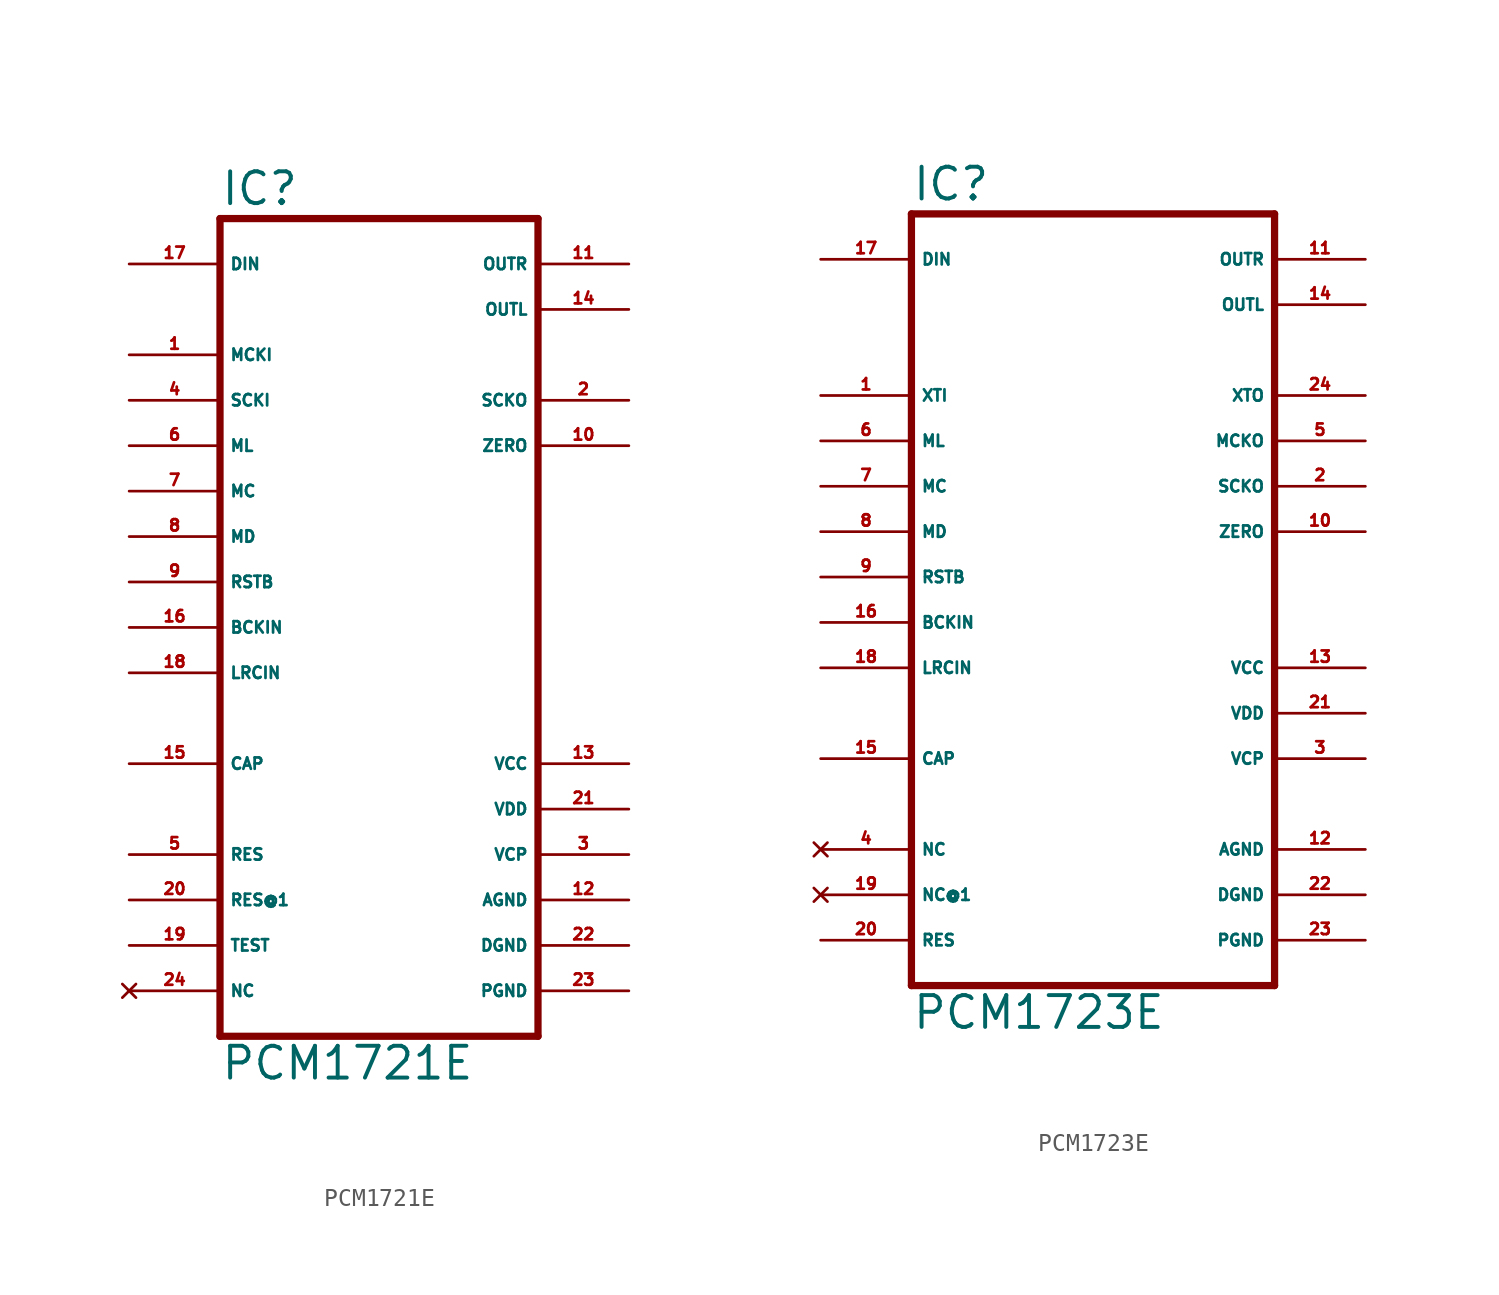
<source format=kicad_sym>
(kicad_symbol_lib
  (version 20220914)
  (generator Eagle2Kicad)
  (symbol "PCM1721E"
    (property "Reference" "IC"
      (at -10.16 23.495 0)
      (effects (font (size 1.778 1.778) (thickness 0.22)) (justify left bottom)))
    (property "Value" "PCM1721E"
      (at -10.16 -25.4 0)
      (effects (font (size 1.778 1.778) (thickness 0.22)) (justify left bottom)))
    (polyline
      (pts (xy -10.16 -22.86) (xy 7.62 -22.86))
      (stroke (width 0.406) (type default))
      (fill (type none)))
    (polyline
      (pts (xy 7.62 -22.86) (xy 7.62 22.86))
      (stroke (width 0.406) (type default))
      (fill (type none)))
    (polyline
      (pts (xy 7.62 22.86) (xy -10.16 22.86))
      (stroke (width 0.406) (type default))
      (fill (type none)))
    (polyline
      (pts (xy -10.16 22.86) (xy -10.16 -22.86))
      (stroke (width 0.406) (type default))
      (fill (type none)))
    (pin input line
      (at -15.24 12.7 0)
      (length 5.08)
      (name "SCKI" (effects (font (size 0.635 0.635) (thickness 0.08)) (justify left bottom)))
      (number "4" (effects (font (size 0.635 0.635) (thickness 0.08)) (justify left bottom))))
    (pin input line
      (at -15.24 10.16 0)
      (length 5.08)
      (name "ML" (effects (font (size 0.635 0.635) (thickness 0.08)) (justify left bottom)))
      (number "6" (effects (font (size 0.635 0.635) (thickness 0.08)) (justify left bottom))))
    (pin input line
      (at -15.24 7.62 0)
      (length 5.08)
      (name "MC" (effects (font (size 0.635 0.635) (thickness 0.08)) (justify left bottom)))
      (number "7" (effects (font (size 0.635 0.635) (thickness 0.08)) (justify left bottom))))
    (pin input line
      (at -15.24 5.08 0)
      (length 5.08)
      (name "MD" (effects (font (size 0.635 0.635) (thickness 0.08)) (justify left bottom)))
      (number "8" (effects (font (size 0.635 0.635) (thickness 0.08)) (justify left bottom))))
    (pin input line
      (at -15.24 2.54 0)
      (length 5.08)
      (name "RSTB" (effects (font (size 0.635 0.635) (thickness 0.08)) (justify left bottom)))
      (number "9" (effects (font (size 0.635 0.635) (thickness 0.08)) (justify left bottom))))
    (pin input line
      (at -15.24 0 0)
      (length 5.08)
      (name "BCKIN" (effects (font (size 0.635 0.635) (thickness 0.08)) (justify left bottom)))
      (number "16" (effects (font (size 0.635 0.635) (thickness 0.08)) (justify left bottom))))
    (pin input line
      (at -15.24 -2.54 0)
      (length 5.08)
      (name "LRCIN" (effects (font (size 0.635 0.635) (thickness 0.08)) (justify left bottom)))
      (number "18" (effects (font (size 0.635 0.635) (thickness 0.08)) (justify left bottom))))
    (pin input line
      (at -15.24 20.32 0)
      (length 5.08)
      (name "DIN" (effects (font (size 0.635 0.635) (thickness 0.08)) (justify left bottom)))
      (number "17" (effects (font (size 0.635 0.635) (thickness 0.08)) (justify left bottom))))
    (pin input line
      (at -15.24 15.24 0)
      (length 5.08)
      (name "MCKI" (effects (font (size 0.635 0.635) (thickness 0.08)) (justify left bottom)))
      (number "1" (effects (font (size 0.635 0.635) (thickness 0.08)) (justify left bottom))))
    (pin output line
      (at 12.7 12.7 180)
      (length 5.08)
      (name "SCKO" (effects (font (size 0.635 0.635) (thickness 0.08)) (justify left bottom)))
      (number "2" (effects (font (size 0.635 0.635) (thickness 0.08)) (justify left bottom))))
    (pin output line
      (at 12.7 10.16 180)
      (length 5.08)
      (name "ZERO" (effects (font (size 0.635 0.635) (thickness 0.08)) (justify left bottom)))
      (number "10" (effects (font (size 0.635 0.635) (thickness 0.08)) (justify left bottom))))
    (pin output line
      (at 12.7 20.32 180)
      (length 5.08)
      (name "OUTR" (effects (font (size 0.635 0.635) (thickness 0.08)) (justify left bottom)))
      (number "11" (effects (font (size 0.635 0.635) (thickness 0.08)) (justify left bottom))))
    (pin output line
      (at 12.7 17.78 180)
      (length 5.08)
      (name "OUTL" (effects (font (size 0.635 0.635) (thickness 0.08)) (justify left bottom)))
      (number "14" (effects (font (size 0.635 0.635) (thickness 0.08)) (justify left bottom))))
    (pin passive line
      (at -15.24 -12.7 0)
      (length 5.08)
      (name "RES" (effects (font (size 0.635 0.635) (thickness 0.08)) (justify left bottom)))
      (number "5" (effects (font (size 0.635 0.635) (thickness 0.08)) (justify left bottom))))
    (pin passive line
      (at -15.24 -15.24 0)
      (length 5.08)
      (name "RES@1" (effects (font (size 0.635 0.635) (thickness 0.08)) (justify left bottom)))
      (number "20" (effects (font (size 0.635 0.635) (thickness 0.08)) (justify left bottom))))
    (pin passive line
      (at -15.24 -7.62 0)
      (length 5.08)
      (name "CAP" (effects (font (size 0.635 0.635) (thickness 0.08)) (justify left bottom)))
      (number "15" (effects (font (size 0.635 0.635) (thickness 0.08)) (justify left bottom))))
    (pin no_connect line
      (at -15.24 -20.32 0)
      (length 5.08)
      (name "NC" (effects (font (size 0.635 0.635) (thickness 0.08)) (justify left bottom) hide))
      (number "24" (effects (font (size 0.635 0.635) (thickness 0.08)) (justify left bottom) hide)))
    (pin unspecified line
      (at 12.7 -20.32 180)
      (length 5.08)
      (name "PGND" (effects (font (size 0.635 0.635) (thickness 0.08)) (justify left bottom)))
      (number "23" (effects (font (size 0.635 0.635) (thickness 0.08)) (justify left bottom))))
    (pin unspecified line
      (at 12.7 -17.78 180)
      (length 5.08)
      (name "DGND" (effects (font (size 0.635 0.635) (thickness 0.08)) (justify left bottom)))
      (number "22" (effects (font (size 0.635 0.635) (thickness 0.08)) (justify left bottom))))
    (pin unspecified line
      (at 12.7 -15.24 180)
      (length 5.08)
      (name "AGND" (effects (font (size 0.635 0.635) (thickness 0.08)) (justify left bottom)))
      (number "12" (effects (font (size 0.635 0.635) (thickness 0.08)) (justify left bottom))))
    (pin unspecified line
      (at 12.7 -12.7 180)
      (length 5.08)
      (name "VCP" (effects (font (size 0.635 0.635) (thickness 0.08)) (justify left bottom)))
      (number "3" (effects (font (size 0.635 0.635) (thickness 0.08)) (justify left bottom))))
    (pin unspecified line
      (at 12.7 -10.16 180)
      (length 5.08)
      (name "VDD" (effects (font (size 0.635 0.635) (thickness 0.08)) (justify left bottom)))
      (number "21" (effects (font (size 0.635 0.635) (thickness 0.08)) (justify left bottom))))
    (pin unspecified line
      (at 12.7 -7.62 180)
      (length 5.08)
      (name "VCC" (effects (font (size 0.635 0.635) (thickness 0.08)) (justify left bottom)))
      (number "13" (effects (font (size 0.635 0.635) (thickness 0.08)) (justify left bottom))))
    (pin passive line
      (at -15.24 -17.78 0)
      (length 5.08)
      (name "TEST" (effects (font (size 0.635 0.635) (thickness 0.08)) (justify left bottom)))
      (number "19" (effects (font (size 0.635 0.635) (thickness 0.08)) (justify left bottom)))))
  (symbol "PCM1723E"
    (property "Reference" "IC"
      (at -10.16 20.955 0)
      (effects (font (size 1.778 1.778) (thickness 0.22)) (justify left bottom)))
    (property "Value" "PCM1723E"
      (at -10.16 -25.4 0)
      (effects (font (size 1.778 1.778) (thickness 0.22)) (justify left bottom)))
    (polyline
      (pts (xy 10.16 -22.86) (xy -10.16 -22.86))
      (stroke (width 0.406) (type default))
      (fill (type none)))
    (polyline
      (pts (xy -10.16 -22.86) (xy -10.16 20.32))
      (stroke (width 0.406) (type default))
      (fill (type none)))
    (polyline
      (pts (xy -10.16 20.32) (xy 10.16 20.32))
      (stroke (width 0.406) (type default))
      (fill (type none)))
    (polyline
      (pts (xy 10.16 20.32) (xy 10.16 -22.86))
      (stroke (width 0.406) (type default))
      (fill (type none)))
    (pin input line
      (at -15.24 17.78 0)
      (length 5.08)
      (name "DIN" (effects (font (size 0.635 0.635) (thickness 0.08)) (justify left bottom)))
      (number "17" (effects (font (size 0.635 0.635) (thickness 0.08)) (justify left bottom))))
    (pin input line
      (at -15.24 10.16 0)
      (length 5.08)
      (name "XTI" (effects (font (size 0.635 0.635) (thickness 0.08)) (justify left bottom)))
      (number "1" (effects (font (size 0.635 0.635) (thickness 0.08)) (justify left bottom))))
    (pin input line
      (at -15.24 7.62 0)
      (length 5.08)
      (name "ML" (effects (font (size 0.635 0.635) (thickness 0.08)) (justify left bottom)))
      (number "6" (effects (font (size 0.635 0.635) (thickness 0.08)) (justify left bottom))))
    (pin input line
      (at -15.24 5.08 0)
      (length 5.08)
      (name "MC" (effects (font (size 0.635 0.635) (thickness 0.08)) (justify left bottom)))
      (number "7" (effects (font (size 0.635 0.635) (thickness 0.08)) (justify left bottom))))
    (pin input line
      (at -15.24 2.54 0)
      (length 5.08)
      (name "MD" (effects (font (size 0.635 0.635) (thickness 0.08)) (justify left bottom)))
      (number "8" (effects (font (size 0.635 0.635) (thickness 0.08)) (justify left bottom))))
    (pin input line
      (at -15.24 0 0)
      (length 5.08)
      (name "RSTB" (effects (font (size 0.635 0.635) (thickness 0.08)) (justify left bottom)))
      (number "9" (effects (font (size 0.635 0.635) (thickness 0.08)) (justify left bottom))))
    (pin input line
      (at -15.24 -2.54 0)
      (length 5.08)
      (name "BCKIN" (effects (font (size 0.635 0.635) (thickness 0.08)) (justify left bottom)))
      (number "16" (effects (font (size 0.635 0.635) (thickness 0.08)) (justify left bottom))))
    (pin input line
      (at -15.24 -5.08 0)
      (length 5.08)
      (name "LRCIN" (effects (font (size 0.635 0.635) (thickness 0.08)) (justify left bottom)))
      (number "18" (effects (font (size 0.635 0.635) (thickness 0.08)) (justify left bottom))))
    (pin output line
      (at 15.24 17.78 180)
      (length 5.08)
      (name "OUTR" (effects (font (size 0.635 0.635) (thickness 0.08)) (justify left bottom)))
      (number "11" (effects (font (size 0.635 0.635) (thickness 0.08)) (justify left bottom))))
    (pin output line
      (at 15.24 15.24 180)
      (length 5.08)
      (name "OUTL" (effects (font (size 0.635 0.635) (thickness 0.08)) (justify left bottom)))
      (number "14" (effects (font (size 0.635 0.635) (thickness 0.08)) (justify left bottom))))
    (pin output line
      (at 15.24 7.62 180)
      (length 5.08)
      (name "MCKO" (effects (font (size 0.635 0.635) (thickness 0.08)) (justify left bottom)))
      (number "5" (effects (font (size 0.635 0.635) (thickness 0.08)) (justify left bottom))))
    (pin output line
      (at 15.24 5.08 180)
      (length 5.08)
      (name "SCKO" (effects (font (size 0.635 0.635) (thickness 0.08)) (justify left bottom)))
      (number "2" (effects (font (size 0.635 0.635) (thickness 0.08)) (justify left bottom))))
    (pin no_connect line
      (at -15.24 -17.78 0)
      (length 5.08)
      (name "NC@1" (effects (font (size 0.635 0.635) (thickness 0.08)) (justify left bottom) hide))
      (number "19" (effects (font (size 0.635 0.635) (thickness 0.08)) (justify left bottom) hide)))
    (pin no_connect line
      (at -15.24 -15.24 0)
      (length 5.08)
      (name "NC" (effects (font (size 0.635 0.635) (thickness 0.08)) (justify left bottom) hide))
      (number "4" (effects (font (size 0.635 0.635) (thickness 0.08)) (justify left bottom) hide)))
    (pin output line
      (at 15.24 10.16 180)
      (length 5.08)
      (name "XTO" (effects (font (size 0.635 0.635) (thickness 0.08)) (justify left bottom)))
      (number "24" (effects (font (size 0.635 0.635) (thickness 0.08)) (justify left bottom))))
    (pin output line
      (at 15.24 2.54 180)
      (length 5.08)
      (name "ZERO" (effects (font (size 0.635 0.635) (thickness 0.08)) (justify left bottom)))
      (number "10" (effects (font (size 0.635 0.635) (thickness 0.08)) (justify left bottom))))
    (pin unspecified line
      (at 15.24 -5.08 180)
      (length 5.08)
      (name "VCC" (effects (font (size 0.635 0.635) (thickness 0.08)) (justify left bottom)))
      (number "13" (effects (font (size 0.635 0.635) (thickness 0.08)) (justify left bottom))))
    (pin unspecified line
      (at 15.24 -7.62 180)
      (length 5.08)
      (name "VDD" (effects (font (size 0.635 0.635) (thickness 0.08)) (justify left bottom)))
      (number "21" (effects (font (size 0.635 0.635) (thickness 0.08)) (justify left bottom))))
    (pin unspecified line
      (at 15.24 -10.16 180)
      (length 5.08)
      (name "VCP" (effects (font (size 0.635 0.635) (thickness 0.08)) (justify left bottom)))
      (number "3" (effects (font (size 0.635 0.635) (thickness 0.08)) (justify left bottom))))
    (pin unspecified line
      (at 15.24 -17.78 180)
      (length 5.08)
      (name "DGND" (effects (font (size 0.635 0.635) (thickness 0.08)) (justify left bottom)))
      (number "22" (effects (font (size 0.635 0.635) (thickness 0.08)) (justify left bottom))))
    (pin unspecified line
      (at 15.24 -15.24 180)
      (length 5.08)
      (name "AGND" (effects (font (size 0.635 0.635) (thickness 0.08)) (justify left bottom)))
      (number "12" (effects (font (size 0.635 0.635) (thickness 0.08)) (justify left bottom))))
    (pin unspecified line
      (at 15.24 -20.32 180)
      (length 5.08)
      (name "PGND" (effects (font (size 0.635 0.635) (thickness 0.08)) (justify left bottom)))
      (number "23" (effects (font (size 0.635 0.635) (thickness 0.08)) (justify left bottom))))
    (pin passive line
      (at -15.24 -20.32 0)
      (length 5.08)
      (name "RES" (effects (font (size 0.635 0.635) (thickness 0.08)) (justify left bottom)))
      (number "20" (effects (font (size 0.635 0.635) (thickness 0.08)) (justify left bottom))))
    (pin passive line
      (at -15.24 -10.16 0)
      (length 5.08)
      (name "CAP" (effects (font (size 0.635 0.635) (thickness 0.08)) (justify left bottom)))
      (number "15" (effects (font (size 0.635 0.635) (thickness 0.08)) (justify left bottom))))))
</source>
